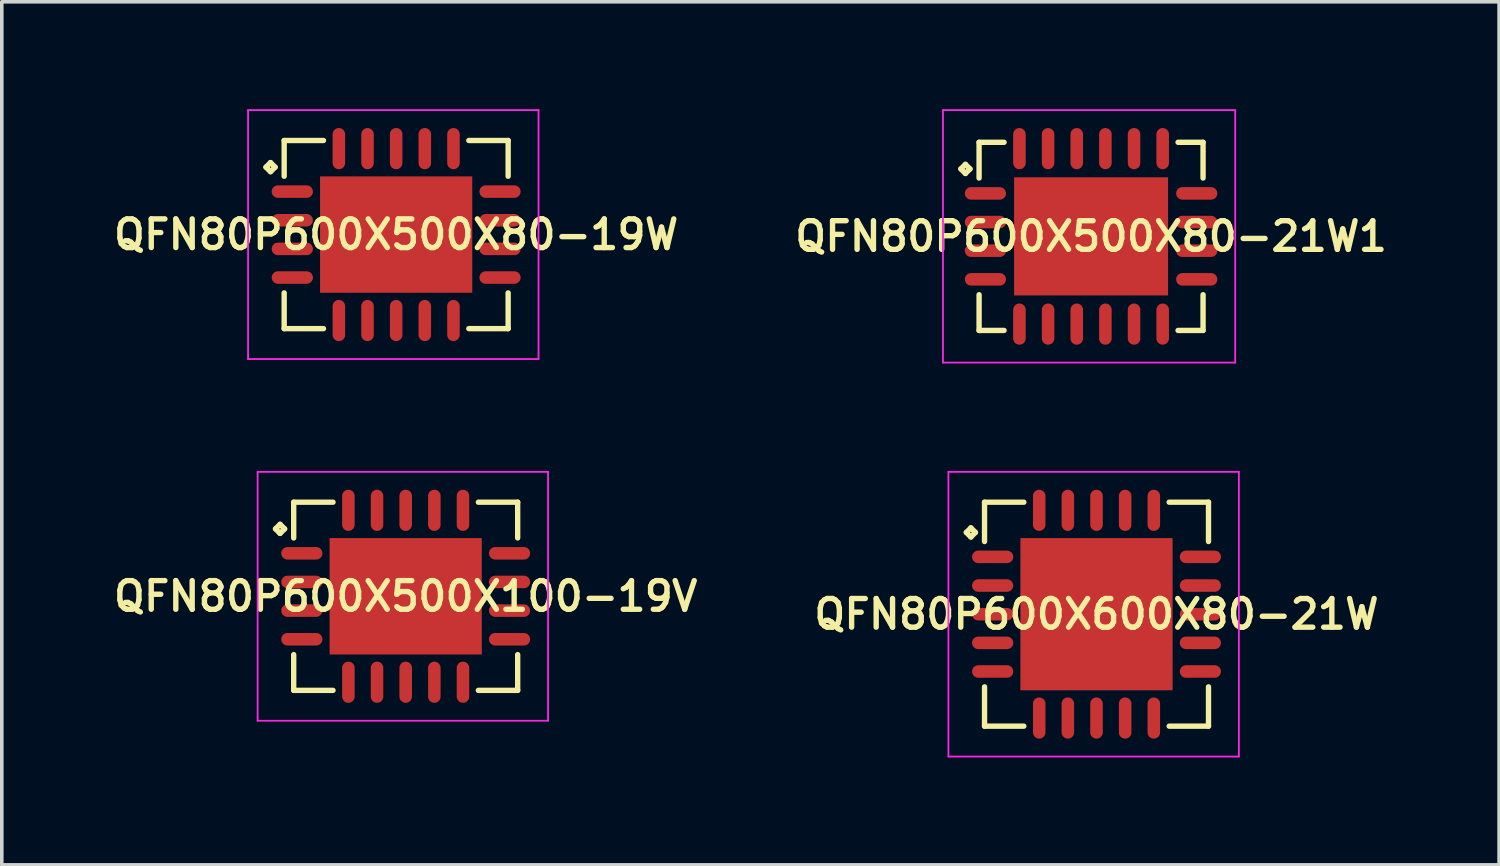
<source format=kicad_pcb>
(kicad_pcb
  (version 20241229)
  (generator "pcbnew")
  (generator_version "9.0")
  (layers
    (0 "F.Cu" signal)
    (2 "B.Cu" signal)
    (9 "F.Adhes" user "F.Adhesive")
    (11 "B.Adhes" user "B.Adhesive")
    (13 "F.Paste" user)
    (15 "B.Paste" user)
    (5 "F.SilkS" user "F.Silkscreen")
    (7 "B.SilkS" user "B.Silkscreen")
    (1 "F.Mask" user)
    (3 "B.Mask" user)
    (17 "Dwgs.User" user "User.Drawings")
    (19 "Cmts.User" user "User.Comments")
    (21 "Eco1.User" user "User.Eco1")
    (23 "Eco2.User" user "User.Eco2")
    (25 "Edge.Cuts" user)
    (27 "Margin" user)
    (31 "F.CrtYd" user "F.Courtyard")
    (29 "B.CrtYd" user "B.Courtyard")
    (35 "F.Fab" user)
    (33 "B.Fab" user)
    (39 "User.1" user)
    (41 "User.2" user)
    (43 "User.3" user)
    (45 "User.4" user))
  (footprint "QFN80P600X500X80-21W1"
    (layer "F.Cu")
    (at 27.416 3.55)
    (property "Reference" "QFN80P600X500X80-21W1" (at 0 0 0) (layer "F.SilkS") (effects (font (size 0.8 0.8) (thickness 0.15))))
    (attr smd)
    (fp_line (start -3.635 -1.883) (end -3.508 -2.01) (stroke (width 0.15) (type solid)) (layer "F.SilkS"))
    (fp_line (start -3.508 -2.01) (end -3.381 -1.883) (stroke (width 0.15) (type solid)) (layer "F.SilkS"))
    (fp_line (start -3.508 -1.756) (end -3.635 -1.883) (stroke (width 0.15) (type solid)) (layer "F.SilkS"))
    (fp_line (start -3.381 -1.883) (end -3.508 -1.756) (stroke (width 0.15) (type solid)) (layer "F.SilkS"))
    (fp_line (start -3.127 -2.627) (end -2.429 -2.627) (stroke (width 0.15) (type solid)) (layer "F.SilkS"))
    (fp_line (start -3.127 -1.629) (end -3.127 -2.627) (stroke (width 0.15) (type solid)) (layer "F.SilkS"))
    (fp_line (start -3.127 1.629) (end -3.127 2.627) (stroke (width 0.15) (type solid)) (layer "F.SilkS"))
    (fp_line (start -3.127 2.627) (end -2.429 2.627) (stroke (width 0.15) (type solid)) (layer "F.SilkS"))
    (fp_line (start 2.429 -2.627) (end 3.127 -2.627) (stroke (width 0.15) (type solid)) (layer "F.SilkS"))
    (fp_line (start 2.429 2.627) (end 3.127 2.627) (stroke (width 0.15) (type solid)) (layer "F.SilkS"))
    (fp_line (start 3.127 -2.627) (end 3.127 -1.629) (stroke (width 0.15) (type solid)) (layer "F.SilkS"))
    (fp_line (start 3.127 2.627) (end 3.127 1.629) (stroke (width 0.15) (type solid)) (layer "F.SilkS"))
    (fp_line (start -4.135 -3.525) (end 4.025 -3.525) (stroke (width 0.05) (type solid)) (layer "F.CrtYd"))
    (fp_line (start -4.135 3.525) (end -4.135 -3.525) (stroke (width 0.05) (type solid)) (layer "F.CrtYd"))
    (fp_line (start 4.025 -3.525) (end 4.025 3.525) (stroke (width 0.05) (type solid)) (layer "F.CrtYd"))
    (fp_line (start 4.025 3.525) (end -4.135 3.525) (stroke (width 0.05) (type solid)) (layer "F.CrtYd"))
    (pad "1" smd oval (at -2.95 -1.2) (size 1.15 0.35) (layers "F.Cu" "F.Mask" "F.Paste"))
    (pad "2" smd oval (at -2.95 -0.4) (size 1.15 0.35) (layers "F.Cu" "F.Mask" "F.Paste"))
    (pad "3" smd oval (at -2.95 0.4) (size 1.15 0.35) (layers "F.Cu" "F.Mask" "F.Paste"))
    (pad "4" smd oval (at -2.95 1.2) (size 1.15 0.35) (layers "F.Cu" "F.Mask" "F.Paste"))
    (pad "5" smd oval (at -2 2.45) (size 0.35 1.15) (layers "F.Cu" "F.Mask" "F.Paste"))
    (pad "6" smd oval (at -1.2 2.45) (size 0.35 1.15) (layers "F.Cu" "F.Mask" "F.Paste"))
    (pad "7" smd oval (at -0.4 2.45) (size 0.35 1.15) (layers "F.Cu" "F.Mask" "F.Paste"))
    (pad "8" smd oval (at 0.4 2.45) (size 0.35 1.15) (layers "F.Cu" "F.Mask" "F.Paste"))
    (pad "9" smd oval (at 1.2 2.45) (size 0.35 1.15) (layers "F.Cu" "F.Mask" "F.Paste"))
    (pad "10" smd oval (at 2 2.45) (size 0.35 1.15) (layers "F.Cu" "F.Mask" "F.Paste"))
    (pad "11" smd oval (at 2.95 1.2) (size 1.15 0.35) (layers "F.Cu" "F.Mask" "F.Paste"))
    (pad "12" smd oval (at 2.95 0.4) (size 1.15 0.35) (layers "F.Cu" "F.Mask" "F.Paste"))
    (pad "13" smd oval (at 2.95 -0.4) (size 1.15 0.35) (layers "F.Cu" "F.Mask" "F.Paste"))
    (pad "14" smd oval (at 2.95 -1.2) (size 1.15 0.35) (layers "F.Cu" "F.Mask" "F.Paste"))
    (pad "15" smd oval (at 2 -2.45) (size 0.35 1.15) (layers "F.Cu" "F.Mask" "F.Paste"))
    (pad "16" smd oval (at 1.2 -2.45) (size 0.35 1.15) (layers "F.Cu" "F.Mask" "F.Paste"))
    (pad "17" smd oval (at 0.4 -2.45) (size 0.35 1.15) (layers "F.Cu" "F.Mask" "F.Paste"))
    (pad "18" smd oval (at -0.4 -2.45) (size 0.35 1.15) (layers "F.Cu" "F.Mask" "F.Paste"))
    (pad "19" smd oval (at -1.2 -2.45) (size 0.35 1.15) (layers "F.Cu" "F.Mask" "F.Paste"))
    (pad "20" smd oval (at -2 -2.45) (size 0.35 1.15) (layers "F.Cu" "F.Mask" "F.Paste"))
    (pad "21" smd rect (at 0 0) (size 4.3 3.3) (layers "F.Cu" "F.Mask" "F.Paste")))
  (footprint "QFN80P600X600X80-21W"
    (layer "F.Cu")
    (at 27.568 14.1)
    (property "Reference" "QFN80P600X600X80-21W" (at 0 0 0) (layer "F.SilkS") (effects (font (size 0.8 0.8) (thickness 0.15))))
    (attr smd)
    (fp_line (start -3.635 -2.283) (end -3.508 -2.41) (stroke (width 0.15) (type solid)) (layer "F.SilkS"))
    (fp_line (start -3.508 -2.41) (end -3.381 -2.283) (stroke (width 0.15) (type solid)) (layer "F.SilkS"))
    (fp_line (start -3.508 -2.156) (end -3.635 -2.283) (stroke (width 0.15) (type solid)) (layer "F.SilkS"))
    (fp_line (start -3.381 -2.283) (end -3.508 -2.156) (stroke (width 0.15) (type solid)) (layer "F.SilkS"))
    (fp_line (start -3.127 -3.127) (end -2.029 -3.127) (stroke (width 0.15) (type solid)) (layer "F.SilkS"))
    (fp_line (start -3.127 -2.029) (end -3.127 -3.127) (stroke (width 0.15) (type solid)) (layer "F.SilkS"))
    (fp_line (start -3.127 2.029) (end -3.127 3.127) (stroke (width 0.15) (type solid)) (layer "F.SilkS"))
    (fp_line (start -3.127 3.127) (end -2.029 3.127) (stroke (width 0.15) (type solid)) (layer "F.SilkS"))
    (fp_line (start 2.029 -3.127) (end 3.127 -3.127) (stroke (width 0.15) (type solid)) (layer "F.SilkS"))
    (fp_line (start 2.029 3.127) (end 3.127 3.127) (stroke (width 0.15) (type solid)) (layer "F.SilkS"))
    (fp_line (start 3.127 -3.127) (end 3.127 -2.029) (stroke (width 0.15) (type solid)) (layer "F.SilkS"))
    (fp_line (start 3.127 3.127) (end 3.127 2.029) (stroke (width 0.15) (type solid)) (layer "F.SilkS"))
    (fp_line (start -4.135 -3.975) (end 3.975 -3.975) (stroke (width 0.05) (type solid)) (layer "F.CrtYd"))
    (fp_line (start -4.135 3.975) (end -4.135 -3.975) (stroke (width 0.05) (type solid)) (layer "F.CrtYd"))
    (fp_line (start 3.975 -3.975) (end 3.975 3.975) (stroke (width 0.05) (type solid)) (layer "F.CrtYd"))
    (fp_line (start 3.975 3.975) (end -4.135 3.975) (stroke (width 0.05) (type solid)) (layer "F.CrtYd"))
    (pad "1" smd oval (at -2.9 -1.6) (size 1.15 0.35) (layers "F.Cu" "F.Mask" "F.Paste"))
    (pad "2" smd oval (at -2.9 -0.8) (size 1.15 0.35) (layers "F.Cu" "F.Mask" "F.Paste"))
    (pad "3" smd oval (at -2.9 0) (size 1.15 0.35) (layers "F.Cu" "F.Mask" "F.Paste"))
    (pad "4" smd oval (at -2.9 0.8) (size 1.15 0.35) (layers "F.Cu" "F.Mask" "F.Paste"))
    (pad "5" smd oval (at -2.9 1.6) (size 1.15 0.35) (layers "F.Cu" "F.Mask" "F.Paste"))
    (pad "6" smd oval (at -1.6 2.9) (size 0.35 1.15) (layers "F.Cu" "F.Mask" "F.Paste"))
    (pad "7" smd oval (at -0.8 2.9) (size 0.35 1.15) (layers "F.Cu" "F.Mask" "F.Paste"))
    (pad "8" smd oval (at 0 2.9) (size 0.35 1.15) (layers "F.Cu" "F.Mask" "F.Paste"))
    (pad "9" smd oval (at 0.8 2.9) (size 0.35 1.15) (layers "F.Cu" "F.Mask" "F.Paste"))
    (pad "10" smd oval (at 1.6 2.9) (size 0.35 1.15) (layers "F.Cu" "F.Mask" "F.Paste"))
    (pad "11" smd oval (at 2.9 1.6) (size 1.15 0.35) (layers "F.Cu" "F.Mask" "F.Paste"))
    (pad "12" smd oval (at 2.9 0.8) (size 1.15 0.35) (layers "F.Cu" "F.Mask" "F.Paste"))
    (pad "13" smd oval (at 2.9 0) (size 1.15 0.35) (layers "F.Cu" "F.Mask" "F.Paste"))
    (pad "14" smd oval (at 2.9 -0.8) (size 1.15 0.35) (layers "F.Cu" "F.Mask" "F.Paste"))
    (pad "15" smd oval (at 2.9 -1.6) (size 1.15 0.35) (layers "F.Cu" "F.Mask" "F.Paste"))
    (pad "16" smd oval (at 1.6 -2.9) (size 0.35 1.15) (layers "F.Cu" "F.Mask" "F.Paste"))
    (pad "17" smd oval (at 0.8 -2.9) (size 0.35 1.15) (layers "F.Cu" "F.Mask" "F.Paste"))
    (pad "18" smd oval (at 0 -2.9) (size 0.35 1.15) (layers "F.Cu" "F.Mask" "F.Paste"))
    (pad "19" smd oval (at -0.8 -2.9) (size 0.35 1.15) (layers "F.Cu" "F.Mask" "F.Paste"))
    (pad "20" smd oval (at -1.6 -2.9) (size 0.35 1.15) (layers "F.Cu" "F.Mask" "F.Paste"))
    (pad "21" smd rect (at 0 0) (size 4.25 4.25) (layers "F.Cu" "F.Mask" "F.Paste")))
  (footprint "QFN80P600X500X80-19W"
    (layer "F.Cu")
    (at 8.012 3.5)
    (property "Reference" "QFN80P600X500X80-19W" (at 0 0 0) (layer "F.SilkS") (effects (font (size 0.8 0.8) (thickness 0.15))))
    (attr smd)
    (fp_line (start -3.635 -1.883) (end -3.508 -2.01) (stroke (width 0.15) (type solid)) (layer "F.SilkS"))
    (fp_line (start -3.508 -2.01) (end -3.381 -1.883) (stroke (width 0.15) (type solid)) (layer "F.SilkS"))
    (fp_line (start -3.508 -1.756) (end -3.635 -1.883) (stroke (width 0.15) (type solid)) (layer "F.SilkS"))
    (fp_line (start -3.381 -1.883) (end -3.508 -1.756) (stroke (width 0.15) (type solid)) (layer "F.SilkS"))
    (fp_line (start -3.127 -2.627) (end -2.029 -2.627) (stroke (width 0.15) (type solid)) (layer "F.SilkS"))
    (fp_line (start -3.127 -1.629) (end -3.127 -2.627) (stroke (width 0.15) (type solid)) (layer "F.SilkS"))
    (fp_line (start -3.127 1.629) (end -3.127 2.627) (stroke (width 0.15) (type solid)) (layer "F.SilkS"))
    (fp_line (start -3.127 2.627) (end -2.029 2.627) (stroke (width 0.15) (type solid)) (layer "F.SilkS"))
    (fp_line (start 2.029 -2.627) (end 3.127 -2.627) (stroke (width 0.15) (type solid)) (layer "F.SilkS"))
    (fp_line (start 2.029 2.627) (end 3.127 2.627) (stroke (width 0.15) (type solid)) (layer "F.SilkS"))
    (fp_line (start 3.127 -2.627) (end 3.127 -1.629) (stroke (width 0.15) (type solid)) (layer "F.SilkS"))
    (fp_line (start 3.127 2.627) (end 3.127 1.629) (stroke (width 0.15) (type solid)) (layer "F.SilkS"))
    (fp_line (start -4.135 -3.475) (end 3.975 -3.475) (stroke (width 0.05) (type solid)) (layer "F.CrtYd"))
    (fp_line (start -4.135 3.475) (end -4.135 -3.475) (stroke (width 0.05) (type solid)) (layer "F.CrtYd"))
    (fp_line (start 3.975 -3.475) (end 3.975 3.475) (stroke (width 0.05) (type solid)) (layer "F.CrtYd"))
    (fp_line (start 3.975 3.475) (end -4.135 3.475) (stroke (width 0.05) (type solid)) (layer "F.CrtYd"))
    (pad "1" smd oval (at -2.9 -1.2) (size 1.15 0.35) (layers "F.Cu" "F.Mask" "F.Paste"))
    (pad "2" smd oval (at -2.9 -0.4) (size 1.15 0.35) (layers "F.Cu" "F.Mask" "F.Paste"))
    (pad "3" smd oval (at -2.9 0.4) (size 1.15 0.35) (layers "F.Cu" "F.Mask" "F.Paste"))
    (pad "4" smd oval (at -2.9 1.2) (size 1.15 0.35) (layers "F.Cu" "F.Mask" "F.Paste"))
    (pad "5" smd oval (at -1.6 2.4) (size 0.35 1.15) (layers "F.Cu" "F.Mask" "F.Paste"))
    (pad "6" smd oval (at -0.8 2.4) (size 0.35 1.15) (layers "F.Cu" "F.Mask" "F.Paste"))
    (pad "7" smd oval (at 0 2.4) (size 0.35 1.15) (layers "F.Cu" "F.Mask" "F.Paste"))
    (pad "8" smd oval (at 0.8 2.4) (size 0.35 1.15) (layers "F.Cu" "F.Mask" "F.Paste"))
    (pad "9" smd oval (at 1.6 2.4) (size 0.35 1.15) (layers "F.Cu" "F.Mask" "F.Paste"))
    (pad "10" smd oval (at 2.9 1.2) (size 1.15 0.35) (layers "F.Cu" "F.Mask" "F.Paste"))
    (pad "11" smd oval (at 2.9 0.4) (size 1.15 0.35) (layers "F.Cu" "F.Mask" "F.Paste"))
    (pad "12" smd oval (at 2.9 -0.4) (size 1.15 0.35) (layers "F.Cu" "F.Mask" "F.Paste"))
    (pad "13" smd oval (at 2.9 -1.2) (size 1.15 0.35) (layers "F.Cu" "F.Mask" "F.Paste"))
    (pad "14" smd oval (at 1.6 -2.4) (size 0.35 1.15) (layers "F.Cu" "F.Mask" "F.Paste"))
    (pad "15" smd oval (at 0.8 -2.4) (size 0.35 1.15) (layers "F.Cu" "F.Mask" "F.Paste"))
    (pad "16" smd oval (at 0 -2.4) (size 0.35 1.15) (layers "F.Cu" "F.Mask" "F.Paste"))
    (pad "17" smd oval (at -0.8 -2.4) (size 0.35 1.15) (layers "F.Cu" "F.Mask" "F.Paste"))
    (pad "18" smd oval (at -1.6 -2.4) (size 0.35 1.15) (layers "F.Cu" "F.Mask" "F.Paste"))
    (pad "19" smd rect (at 0 0) (size 4.25 3.25) (layers "F.Cu" "F.Mask" "F.Paste")))
  (footprint "QFN80P600X500X100-19V"
    (layer "F.Cu")
    (at 8.278 13.6)
    (property "Reference" "QFN80P600X500X100-19V" (at 0 0 0) (layer "F.SilkS") (effects (font (size 0.8 0.8) (thickness 0.15))))
    (attr smd)
    (fp_line (start -3.635 -1.883) (end -3.508 -2.01) (stroke (width 0.15) (type solid)) (layer "F.SilkS"))
    (fp_line (start -3.508 -2.01) (end -3.381 -1.883) (stroke (width 0.15) (type solid)) (layer "F.SilkS"))
    (fp_line (start -3.508 -1.756) (end -3.635 -1.883) (stroke (width 0.15) (type solid)) (layer "F.SilkS"))
    (fp_line (start -3.381 -1.883) (end -3.508 -1.756) (stroke (width 0.15) (type solid)) (layer "F.SilkS"))
    (fp_line (start -3.127 -2.627) (end -2.029 -2.627) (stroke (width 0.15) (type solid)) (layer "F.SilkS"))
    (fp_line (start -3.127 -1.629) (end -3.127 -2.627) (stroke (width 0.15) (type solid)) (layer "F.SilkS"))
    (fp_line (start -3.127 1.629) (end -3.127 2.627) (stroke (width 0.15) (type solid)) (layer "F.SilkS"))
    (fp_line (start -3.127 2.627) (end -2.029 2.627) (stroke (width 0.15) (type solid)) (layer "F.SilkS"))
    (fp_line (start 2.029 -2.627) (end 3.127 -2.627) (stroke (width 0.15) (type solid)) (layer "F.SilkS"))
    (fp_line (start 2.029 2.627) (end 3.127 2.627) (stroke (width 0.15) (type solid)) (layer "F.SilkS"))
    (fp_line (start 3.127 -2.627) (end 3.127 -1.629) (stroke (width 0.15) (type solid)) (layer "F.SilkS"))
    (fp_line (start 3.127 2.627) (end 3.127 1.629) (stroke (width 0.15) (type solid)) (layer "F.SilkS"))
    (fp_line (start -4.135 -3.475) (end 3.975 -3.475) (stroke (width 0.05) (type solid)) (layer "F.CrtYd"))
    (fp_line (start -4.135 3.475) (end -4.135 -3.475) (stroke (width 0.05) (type solid)) (layer "F.CrtYd"))
    (fp_line (start 3.975 -3.475) (end 3.975 3.475) (stroke (width 0.05) (type solid)) (layer "F.CrtYd"))
    (fp_line (start 3.975 3.475) (end -4.135 3.475) (stroke (width 0.05) (type solid)) (layer "F.CrtYd"))
    (pad "1" smd oval (at -2.9 -1.2) (size 1.15 0.35) (layers "F.Cu" "F.Mask" "F.Paste"))
    (pad "2" smd oval (at -2.9 -0.4) (size 1.15 0.35) (layers "F.Cu" "F.Mask" "F.Paste"))
    (pad "3" smd oval (at -2.9 0.4) (size 1.15 0.35) (layers "F.Cu" "F.Mask" "F.Paste"))
    (pad "4" smd oval (at -2.9 1.2) (size 1.15 0.35) (layers "F.Cu" "F.Mask" "F.Paste"))
    (pad "5" smd oval (at -1.6 2.4) (size 0.35 1.15) (layers "F.Cu" "F.Mask" "F.Paste"))
    (pad "6" smd oval (at -0.8 2.4) (size 0.35 1.15) (layers "F.Cu" "F.Mask" "F.Paste"))
    (pad "7" smd oval (at 0 2.4) (size 0.35 1.15) (layers "F.Cu" "F.Mask" "F.Paste"))
    (pad "8" smd oval (at 0.8 2.4) (size 0.35 1.15) (layers "F.Cu" "F.Mask" "F.Paste"))
    (pad "9" smd oval (at 1.6 2.4) (size 0.35 1.15) (layers "F.Cu" "F.Mask" "F.Paste"))
    (pad "10" smd oval (at 2.9 1.2) (size 1.15 0.35) (layers "F.Cu" "F.Mask" "F.Paste"))
    (pad "11" smd oval (at 2.9 0.4) (size 1.15 0.35) (layers "F.Cu" "F.Mask" "F.Paste"))
    (pad "12" smd oval (at 2.9 -0.4) (size 1.15 0.35) (layers "F.Cu" "F.Mask" "F.Paste"))
    (pad "13" smd oval (at 2.9 -1.2) (size 1.15 0.35) (layers "F.Cu" "F.Mask" "F.Paste"))
    (pad "14" smd oval (at 1.6 -2.4) (size 0.35 1.15) (layers "F.Cu" "F.Mask" "F.Paste"))
    (pad "15" smd oval (at 0.8 -2.4) (size 0.35 1.15) (layers "F.Cu" "F.Mask" "F.Paste"))
    (pad "16" smd oval (at 0 -2.4) (size 0.35 1.15) (layers "F.Cu" "F.Mask" "F.Paste"))
    (pad "17" smd oval (at -0.8 -2.4) (size 0.35 1.15) (layers "F.Cu" "F.Mask" "F.Paste"))
    (pad "18" smd oval (at -1.6 -2.4) (size 0.35 1.15) (layers "F.Cu" "F.Mask" "F.Paste"))
    (pad "19" smd rect (at 0 0) (size 4.25 3.25) (layers "F.Cu" "F.Mask" "F.Paste")))
  (gr_rect
    (start -3 -3)
    (end 38.809 21.1)
    (stroke (width 0.1) (type default))
    (fill no)
    (layer "Edge.Cuts")))
</source>
